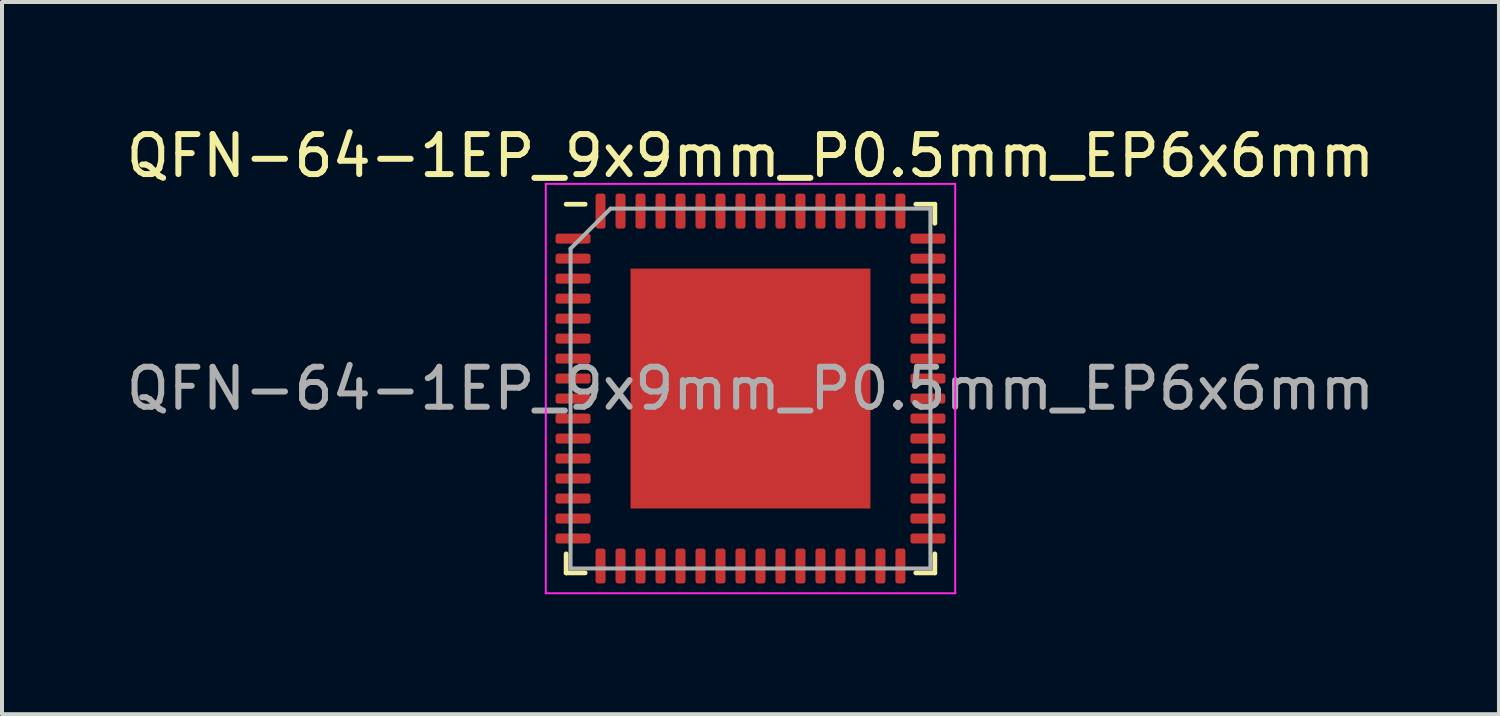
<source format=kicad_pcb>
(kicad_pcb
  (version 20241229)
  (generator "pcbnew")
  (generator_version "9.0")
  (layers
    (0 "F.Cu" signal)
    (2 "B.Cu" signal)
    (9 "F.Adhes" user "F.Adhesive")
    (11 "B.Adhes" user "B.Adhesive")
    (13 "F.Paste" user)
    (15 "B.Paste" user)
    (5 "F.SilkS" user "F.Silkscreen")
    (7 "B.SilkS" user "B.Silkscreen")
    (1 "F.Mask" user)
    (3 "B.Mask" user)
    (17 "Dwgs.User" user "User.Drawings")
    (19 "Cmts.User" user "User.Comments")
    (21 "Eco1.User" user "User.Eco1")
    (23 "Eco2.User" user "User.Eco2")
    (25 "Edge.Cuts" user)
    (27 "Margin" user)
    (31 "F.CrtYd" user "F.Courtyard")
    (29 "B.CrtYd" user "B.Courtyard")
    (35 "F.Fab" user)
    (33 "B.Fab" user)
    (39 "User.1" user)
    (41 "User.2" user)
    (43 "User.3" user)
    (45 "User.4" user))
  (footprint "QFN-64-1EP_9x9mm_P0.5mm_EP6x6mm"
    (layer "F.Cu")
    (at 15.72 6.668)
    (property "Reference" "QFN-64-1EP_9x9mm_P0.5mm_EP6x6mm" (at 0 -5.82 0) (layer "F.SilkS") (effects (font (size 1 1) (thickness 0.15))))
    (attr smd)
    (fp_line (start -4.61 4.61) (end -4.61 4.135) (stroke (width 0.12) (type solid)) (layer "F.SilkS"))
    (fp_line (start -4.135 -4.61) (end -4.61 -4.61) (stroke (width 0.12) (type solid)) (layer "F.SilkS"))
    (fp_line (start -4.135 4.61) (end -4.61 4.61) (stroke (width 0.12) (type solid)) (layer "F.SilkS"))
    (fp_line (start 4.135 -4.61) (end 4.61 -4.61) (stroke (width 0.12) (type solid)) (layer "F.SilkS"))
    (fp_line (start 4.135 4.61) (end 4.61 4.61) (stroke (width 0.12) (type solid)) (layer "F.SilkS"))
    (fp_line (start 4.61 -4.61) (end 4.61 -4.135) (stroke (width 0.12) (type solid)) (layer "F.SilkS"))
    (fp_line (start 4.61 4.61) (end 4.61 4.135) (stroke (width 0.12) (type solid)) (layer "F.SilkS"))
    (fp_line (start -5.12 -5.12) (end -5.12 5.12) (stroke (width 0.05) (type solid)) (layer "F.CrtYd"))
    (fp_line (start -5.12 5.12) (end 5.12 5.12) (stroke (width 0.05) (type solid)) (layer "F.CrtYd"))
    (fp_line (start 5.12 -5.12) (end -5.12 -5.12) (stroke (width 0.05) (type solid)) (layer "F.CrtYd"))
    (fp_line (start 5.12 5.12) (end 5.12 -5.12) (stroke (width 0.05) (type solid)) (layer "F.CrtYd"))
    (fp_line (start -4.5 -3.5) (end -3.5 -4.5) (stroke (width 0.1) (type solid)) (layer "F.Fab"))
    (fp_line (start -4.5 4.5) (end -4.5 -3.5) (stroke (width 0.1) (type solid)) (layer "F.Fab"))
    (fp_line (start -3.5 -4.5) (end 4.5 -4.5) (stroke (width 0.1) (type solid)) (layer "F.Fab"))
    (fp_line (start 4.5 -4.5) (end 4.5 4.5) (stroke (width 0.1) (type solid)) (layer "F.Fab"))
    (fp_line (start 4.5 4.5) (end -4.5 4.5) (stroke (width 0.1) (type solid)) (layer "F.Fab"))
    (fp_text user "${REFERENCE}" (at 0 0 0) (layer "F.Fab") (effects (font (size 1 1) (thickness 0.15))))
    (pad "" smd roundrect (at -2.25 -2.25) (size 1.21 1.21) (layers "F.Paste") (roundrect_rratio 0.207))
    (pad "" smd roundrect (at -2.25 -0.75) (size 1.21 1.21) (layers "F.Paste") (roundrect_rratio 0.207))
    (pad "" smd roundrect (at -2.25 0.75) (size 1.21 1.21) (layers "F.Paste") (roundrect_rratio 0.207))
    (pad "" smd roundrect (at -2.25 2.25) (size 1.21 1.21) (layers "F.Paste") (roundrect_rratio 0.207))
    (pad "" smd roundrect (at -0.75 -2.25) (size 1.21 1.21) (layers "F.Paste") (roundrect_rratio 0.207))
    (pad "" smd roundrect (at -0.75 -0.75) (size 1.21 1.21) (layers "F.Paste") (roundrect_rratio 0.207))
    (pad "" smd roundrect (at -0.75 0.75) (size 1.21 1.21) (layers "F.Paste") (roundrect_rratio 0.207))
    (pad "" smd roundrect (at -0.75 2.25) (size 1.21 1.21) (layers "F.Paste") (roundrect_rratio 0.207))
    (pad "" smd roundrect (at 0.75 -2.25) (size 1.21 1.21) (layers "F.Paste") (roundrect_rratio 0.207))
    (pad "" smd roundrect (at 0.75 -0.75) (size 1.21 1.21) (layers "F.Paste") (roundrect_rratio 0.207))
    (pad "" smd roundrect (at 0.75 0.75) (size 1.21 1.21) (layers "F.Paste") (roundrect_rratio 0.207))
    (pad "" smd roundrect (at 0.75 2.25) (size 1.21 1.21) (layers "F.Paste") (roundrect_rratio 0.207))
    (pad "" smd roundrect (at 2.25 -2.25) (size 1.21 1.21) (layers "F.Paste") (roundrect_rratio 0.207))
    (pad "" smd roundrect (at 2.25 -0.75) (size 1.21 1.21) (layers "F.Paste") (roundrect_rratio 0.207))
    (pad "" smd roundrect (at 2.25 0.75) (size 1.21 1.21) (layers "F.Paste") (roundrect_rratio 0.207))
    (pad "" smd roundrect (at 2.25 2.25) (size 1.21 1.21) (layers "F.Paste") (roundrect_rratio 0.207))
    (pad "1" smd roundrect (at -4.438 -3.75) (size 0.875 0.25) (layers "F.Cu" "F.Mask" "F.Paste") (roundrect_rratio 0.25))
    (pad "2" smd roundrect (at -4.438 -3.25) (size 0.875 0.25) (layers "F.Cu" "F.Mask" "F.Paste") (roundrect_rratio 0.25))
    (pad "3" smd roundrect (at -4.438 -2.75) (size 0.875 0.25) (layers "F.Cu" "F.Mask" "F.Paste") (roundrect_rratio 0.25))
    (pad "4" smd roundrect (at -4.438 -2.25) (size 0.875 0.25) (layers "F.Cu" "F.Mask" "F.Paste") (roundrect_rratio 0.25))
    (pad "5" smd roundrect (at -4.438 -1.75) (size 0.875 0.25) (layers "F.Cu" "F.Mask" "F.Paste") (roundrect_rratio 0.25))
    (pad "6" smd roundrect (at -4.438 -1.25) (size 0.875 0.25) (layers "F.Cu" "F.Mask" "F.Paste") (roundrect_rratio 0.25))
    (pad "7" smd roundrect (at -4.438 -0.75) (size 0.875 0.25) (layers "F.Cu" "F.Mask" "F.Paste") (roundrect_rratio 0.25))
    (pad "8" smd roundrect (at -4.438 -0.25) (size 0.875 0.25) (layers "F.Cu" "F.Mask" "F.Paste") (roundrect_rratio 0.25))
    (pad "9" smd roundrect (at -4.438 0.25) (size 0.875 0.25) (layers "F.Cu" "F.Mask" "F.Paste") (roundrect_rratio 0.25))
    (pad "10" smd roundrect (at -4.438 0.75) (size 0.875 0.25) (layers "F.Cu" "F.Mask" "F.Paste") (roundrect_rratio 0.25))
    (pad "11" smd roundrect (at -4.438 1.25) (size 0.875 0.25) (layers "F.Cu" "F.Mask" "F.Paste") (roundrect_rratio 0.25))
    (pad "12" smd roundrect (at -4.438 1.75) (size 0.875 0.25) (layers "F.Cu" "F.Mask" "F.Paste") (roundrect_rratio 0.25))
    (pad "13" smd roundrect (at -4.438 2.25) (size 0.875 0.25) (layers "F.Cu" "F.Mask" "F.Paste") (roundrect_rratio 0.25))
    (pad "14" smd roundrect (at -4.438 2.75) (size 0.875 0.25) (layers "F.Cu" "F.Mask" "F.Paste") (roundrect_rratio 0.25))
    (pad "15" smd roundrect (at -4.438 3.25) (size 0.875 0.25) (layers "F.Cu" "F.Mask" "F.Paste") (roundrect_rratio 0.25))
    (pad "16" smd roundrect (at -4.438 3.75) (size 0.875 0.25) (layers "F.Cu" "F.Mask" "F.Paste") (roundrect_rratio 0.25))
    (pad "17" smd roundrect (at -3.75 4.438) (size 0.25 0.875) (layers "F.Cu" "F.Mask" "F.Paste") (roundrect_rratio 0.25))
    (pad "18" smd roundrect (at -3.25 4.438) (size 0.25 0.875) (layers "F.Cu" "F.Mask" "F.Paste") (roundrect_rratio 0.25))
    (pad "19" smd roundrect (at -2.75 4.438) (size 0.25 0.875) (layers "F.Cu" "F.Mask" "F.Paste") (roundrect_rratio 0.25))
    (pad "20" smd roundrect (at -2.25 4.438) (size 0.25 0.875) (layers "F.Cu" "F.Mask" "F.Paste") (roundrect_rratio 0.25))
    (pad "21" smd roundrect (at -1.75 4.438) (size 0.25 0.875) (layers "F.Cu" "F.Mask" "F.Paste") (roundrect_rratio 0.25))
    (pad "22" smd roundrect (at -1.25 4.438) (size 0.25 0.875) (layers "F.Cu" "F.Mask" "F.Paste") (roundrect_rratio 0.25))
    (pad "23" smd roundrect (at -0.75 4.438) (size 0.25 0.875) (layers "F.Cu" "F.Mask" "F.Paste") (roundrect_rratio 0.25))
    (pad "24" smd roundrect (at -0.25 4.438) (size 0.25 0.875) (layers "F.Cu" "F.Mask" "F.Paste") (roundrect_rratio 0.25))
    (pad "25" smd roundrect (at 0.25 4.438) (size 0.25 0.875) (layers "F.Cu" "F.Mask" "F.Paste") (roundrect_rratio 0.25))
    (pad "26" smd roundrect (at 0.75 4.438) (size 0.25 0.875) (layers "F.Cu" "F.Mask" "F.Paste") (roundrect_rratio 0.25))
    (pad "27" smd roundrect (at 1.25 4.438) (size 0.25 0.875) (layers "F.Cu" "F.Mask" "F.Paste") (roundrect_rratio 0.25))
    (pad "28" smd roundrect (at 1.75 4.438) (size 0.25 0.875) (layers "F.Cu" "F.Mask" "F.Paste") (roundrect_rratio 0.25))
    (pad "29" smd roundrect (at 2.25 4.438) (size 0.25 0.875) (layers "F.Cu" "F.Mask" "F.Paste") (roundrect_rratio 0.25))
    (pad "30" smd roundrect (at 2.75 4.438) (size 0.25 0.875) (layers "F.Cu" "F.Mask" "F.Paste") (roundrect_rratio 0.25))
    (pad "31" smd roundrect (at 3.25 4.438) (size 0.25 0.875) (layers "F.Cu" "F.Mask" "F.Paste") (roundrect_rratio 0.25))
    (pad "32" smd roundrect (at 3.75 4.438) (size 0.25 0.875) (layers "F.Cu" "F.Mask" "F.Paste") (roundrect_rratio 0.25))
    (pad "33" smd roundrect (at 4.438 3.75) (size 0.875 0.25) (layers "F.Cu" "F.Mask" "F.Paste") (roundrect_rratio 0.25))
    (pad "34" smd roundrect (at 4.438 3.25) (size 0.875 0.25) (layers "F.Cu" "F.Mask" "F.Paste") (roundrect_rratio 0.25))
    (pad "35" smd roundrect (at 4.438 2.75) (size 0.875 0.25) (layers "F.Cu" "F.Mask" "F.Paste") (roundrect_rratio 0.25))
    (pad "36" smd roundrect (at 4.438 2.25) (size 0.875 0.25) (layers "F.Cu" "F.Mask" "F.Paste") (roundrect_rratio 0.25))
    (pad "37" smd roundrect (at 4.438 1.75) (size 0.875 0.25) (layers "F.Cu" "F.Mask" "F.Paste") (roundrect_rratio 0.25))
    (pad "38" smd roundrect (at 4.438 1.25) (size 0.875 0.25) (layers "F.Cu" "F.Mask" "F.Paste") (roundrect_rratio 0.25))
    (pad "39" smd roundrect (at 4.438 0.75) (size 0.875 0.25) (layers "F.Cu" "F.Mask" "F.Paste") (roundrect_rratio 0.25))
    (pad "40" smd roundrect (at 4.438 0.25) (size 0.875 0.25) (layers "F.Cu" "F.Mask" "F.Paste") (roundrect_rratio 0.25))
    (pad "41" smd roundrect (at 4.438 -0.25) (size 0.875 0.25) (layers "F.Cu" "F.Mask" "F.Paste") (roundrect_rratio 0.25))
    (pad "42" smd roundrect (at 4.438 -0.75) (size 0.875 0.25) (layers "F.Cu" "F.Mask" "F.Paste") (roundrect_rratio 0.25))
    (pad "43" smd roundrect (at 4.438 -1.25) (size 0.875 0.25) (layers "F.Cu" "F.Mask" "F.Paste") (roundrect_rratio 0.25))
    (pad "44" smd roundrect (at 4.438 -1.75) (size 0.875 0.25) (layers "F.Cu" "F.Mask" "F.Paste") (roundrect_rratio 0.25))
    (pad "45" smd roundrect (at 4.438 -2.25) (size 0.875 0.25) (layers "F.Cu" "F.Mask" "F.Paste") (roundrect_rratio 0.25))
    (pad "46" smd roundrect (at 4.438 -2.75) (size 0.875 0.25) (layers "F.Cu" "F.Mask" "F.Paste") (roundrect_rratio 0.25))
    (pad "47" smd roundrect (at 4.438 -3.25) (size 0.875 0.25) (layers "F.Cu" "F.Mask" "F.Paste") (roundrect_rratio 0.25))
    (pad "48" smd roundrect (at 4.438 -3.75) (size 0.875 0.25) (layers "F.Cu" "F.Mask" "F.Paste") (roundrect_rratio 0.25))
    (pad "49" smd roundrect (at 3.75 -4.438) (size 0.25 0.875) (layers "F.Cu" "F.Mask" "F.Paste") (roundrect_rratio 0.25))
    (pad "50" smd roundrect (at 3.25 -4.438) (size 0.25 0.875) (layers "F.Cu" "F.Mask" "F.Paste") (roundrect_rratio 0.25))
    (pad "51" smd roundrect (at 2.75 -4.438) (size 0.25 0.875) (layers "F.Cu" "F.Mask" "F.Paste") (roundrect_rratio 0.25))
    (pad "52" smd roundrect (at 2.25 -4.438) (size 0.25 0.875) (layers "F.Cu" "F.Mask" "F.Paste") (roundrect_rratio 0.25))
    (pad "53" smd roundrect (at 1.75 -4.438) (size 0.25 0.875) (layers "F.Cu" "F.Mask" "F.Paste") (roundrect_rratio 0.25))
    (pad "54" smd roundrect (at 1.25 -4.438) (size 0.25 0.875) (layers "F.Cu" "F.Mask" "F.Paste") (roundrect_rratio 0.25))
    (pad "55" smd roundrect (at 0.75 -4.438) (size 0.25 0.875) (layers "F.Cu" "F.Mask" "F.Paste") (roundrect_rratio 0.25))
    (pad "56" smd roundrect (at 0.25 -4.438) (size 0.25 0.875) (layers "F.Cu" "F.Mask" "F.Paste") (roundrect_rratio 0.25))
    (pad "57" smd roundrect (at -0.25 -4.438) (size 0.25 0.875) (layers "F.Cu" "F.Mask" "F.Paste") (roundrect_rratio 0.25))
    (pad "58" smd roundrect (at -0.75 -4.438) (size 0.25 0.875) (layers "F.Cu" "F.Mask" "F.Paste") (roundrect_rratio 0.25))
    (pad "59" smd roundrect (at -1.25 -4.438) (size 0.25 0.875) (layers "F.Cu" "F.Mask" "F.Paste") (roundrect_rratio 0.25))
    (pad "60" smd roundrect (at -1.75 -4.438) (size 0.25 0.875) (layers "F.Cu" "F.Mask" "F.Paste") (roundrect_rratio 0.25))
    (pad "61" smd roundrect (at -2.25 -4.438) (size 0.25 0.875) (layers "F.Cu" "F.Mask" "F.Paste") (roundrect_rratio 0.25))
    (pad "62" smd roundrect (at -2.75 -4.438) (size 0.25 0.875) (layers "F.Cu" "F.Mask" "F.Paste") (roundrect_rratio 0.25))
    (pad "63" smd roundrect (at -3.25 -4.438) (size 0.25 0.875) (layers "F.Cu" "F.Mask" "F.Paste") (roundrect_rratio 0.25))
    (pad "64" smd roundrect (at -3.75 -4.438) (size 0.25 0.875) (layers "F.Cu" "F.Mask" "F.Paste") (roundrect_rratio 0.25))
    (pad "65" smd rect (at 0 0) (size 6 6) (layers "F.Cu" "F.Mask")))
  (gr_rect
    (start -3 -3)
    (end 34.44 14.813)
    (stroke (width 0.1) (type default))
    (fill no)
    (layer "Edge.Cuts")))
</source>
